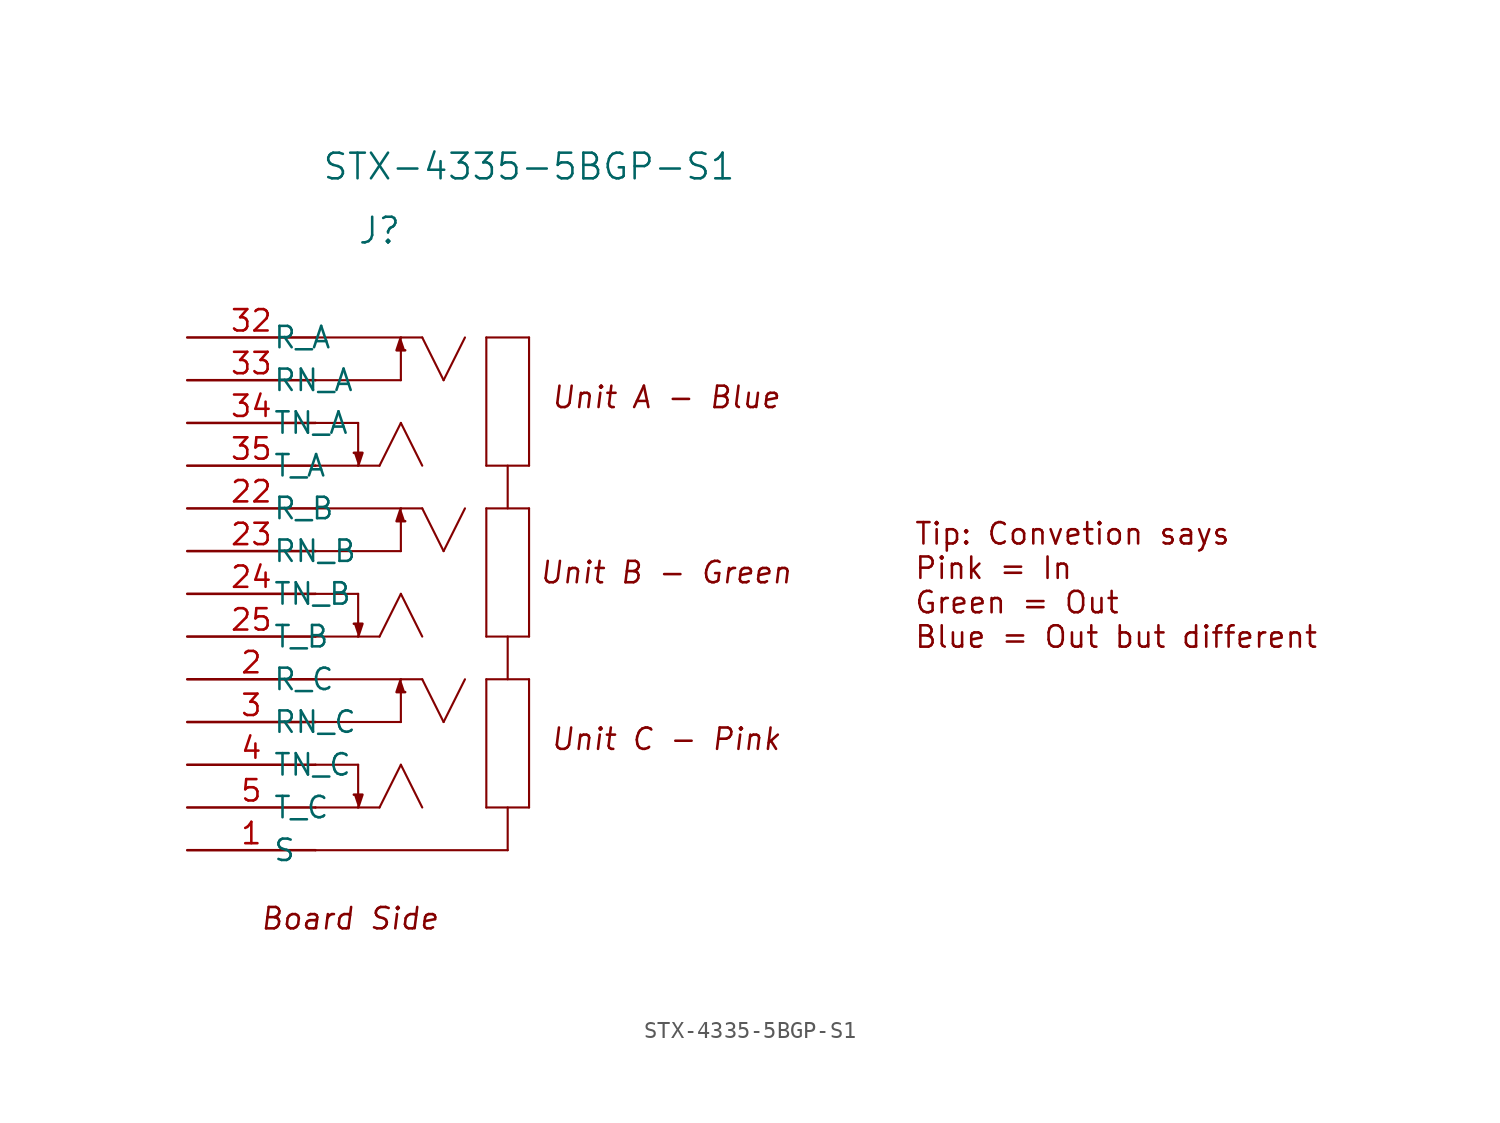
<source format=kicad_sym>
(kicad_symbol_lib
  (version 20231120)
  (generator "kicad_symbol_editor")
  (generator_version "8.0")
  (symbol "STX-4335-5BGP-S1"
    (pin_names
      (offset -2.54))
    (property "Reference" "J"
      (at 11.43 6.35 0)
      (effects (font (size 1.524 1.524))))
    (property "Value" "STX-4335-5BGP-S1"
      (at 20.32 10.16 0)
      (effects (font (size 1.524 1.524))))
    (symbol "STX-4335-5BGP-S1_1_1"
      (polyline (pts (xy 7.62 -30.48) (xy 19.05 -30.48)) (stroke (width 0.127) (type default)) (fill (type none)))
      (polyline (pts (xy 7.62 -27.94) (xy 11.43 -27.94)) (stroke (width 0.127) (type default)) (fill (type none)))
      (polyline (pts (xy 7.62 -25.4) (xy 10.16 -25.4)) (stroke (width 0.127) (type default)) (fill (type none)))
      (polyline (pts (xy 7.62 -22.86) (xy 12.7 -22.86)) (stroke (width 0.127) (type default)) (fill (type none)))
      (polyline (pts (xy 7.62 -20.32) (xy 13.97 -20.32)) (stroke (width 0.127) (type default)) (fill (type none)))
      (polyline (pts (xy 7.62 -17.78) (xy 11.43 -17.78)) (stroke (width 0.127) (type default)) (fill (type none)))
      (polyline (pts (xy 7.62 -15.24) (xy 10.16 -15.24)) (stroke (width 0.127) (type default)) (fill (type none)))
      (polyline (pts (xy 7.62 -12.7) (xy 12.7 -12.7)) (stroke (width 0.127) (type default)) (fill (type none)))
      (polyline (pts (xy 7.62 -10.16) (xy 13.97 -10.16)) (stroke (width 0.127) (type default)) (fill (type none)))
      (polyline (pts (xy 7.62 -7.62) (xy 11.43 -7.62)) (stroke (width 0.127) (type default)) (fill (type none)))
      (polyline (pts (xy 7.62 -5.08) (xy 10.16 -5.08)) (stroke (width 0.127) (type default)) (fill (type none)))
      (polyline (pts (xy 7.62 -2.54) (xy 12.7 -2.54)) (stroke (width 0.127) (type default)) (fill (type none)))
      (polyline (pts (xy 7.62 0) (xy 13.97 0)) (stroke (width 0.127) (type default)) (fill (type none)))
      (polyline (pts (xy 10.16 -25.4) (xy 10.16 -27.178)) (stroke (width 0.127) (type default)) (fill (type none)))
      (polyline (pts (xy 10.16 -15.24) (xy 10.16 -17.018)) (stroke (width 0.127) (type default)) (fill (type none)))
      (polyline (pts (xy 10.16 -5.08) (xy 10.16 -6.858)) (stroke (width 0.127) (type default)) (fill (type none)))
      (polyline (pts (xy 11.43 -27.94) (xy 12.7 -25.4)) (stroke (width 0.127) (type default)) (fill (type none)))
      (polyline (pts (xy 11.43 -17.78) (xy 12.7 -15.24)) (stroke (width 0.127) (type default)) (fill (type none)))
      (polyline (pts (xy 11.43 -7.62) (xy 12.7 -5.08)) (stroke (width 0.127) (type default)) (fill (type none)))
      (polyline (pts (xy 12.7 -25.4) (xy 13.97 -27.94)) (stroke (width 0.127) (type default)) (fill (type none)))
      (polyline (pts (xy 12.7 -22.86) (xy 12.7 -21.082)) (stroke (width 0.127) (type default)) (fill (type none)))
      (polyline (pts (xy 12.7 -15.24) (xy 13.97 -17.78)) (stroke (width 0.127) (type default)) (fill (type none)))
      (polyline (pts (xy 12.7 -12.7) (xy 12.7 -10.922)) (stroke (width 0.127) (type default)) (fill (type none)))
      (polyline (pts (xy 12.7 -5.08) (xy 13.97 -7.62)) (stroke (width 0.127) (type default)) (fill (type none)))
      (polyline (pts (xy 12.7 -2.54) (xy 12.7 -0.762)) (stroke (width 0.127) (type default)) (fill (type none)))
      (polyline (pts (xy 13.97 -20.32) (xy 15.24 -22.86)) (stroke (width 0.127) (type default)) (fill (type none)))
      (polyline (pts (xy 13.97 -10.16) (xy 15.24 -12.7)) (stroke (width 0.127) (type default)) (fill (type none)))
      (polyline (pts (xy 13.97 0) (xy 15.24 -2.54)) (stroke (width 0.127) (type default)) (fill (type none)))
      (polyline (pts (xy 15.24 -22.86) (xy 16.51 -20.32)) (stroke (width 0.127) (type default)) (fill (type none)))
      (polyline (pts (xy 15.24 -12.7) (xy 16.51 -10.16)) (stroke (width 0.127) (type default)) (fill (type none)))
      (polyline (pts (xy 15.24 -2.54) (xy 16.51 0)) (stroke (width 0.127) (type default)) (fill (type none)))
      (polyline (pts (xy 17.78 -27.94) (xy 20.32 -27.94)) (stroke (width 0.127) (type default)) (fill (type none)))
      (polyline (pts (xy 17.78 -20.32) (xy 17.78 -27.94)) (stroke (width 0.127) (type default)) (fill (type none)))
      (polyline (pts (xy 17.78 -17.78) (xy 20.32 -17.78)) (stroke (width 0.127) (type default)) (fill (type none)))
      (polyline (pts (xy 17.78 -10.16) (xy 17.78 -17.78)) (stroke (width 0.127) (type default)) (fill (type none)))
      (polyline (pts (xy 17.78 -7.62) (xy 20.32 -7.62)) (stroke (width 0.127) (type default)) (fill (type none)))
      (polyline (pts (xy 17.78 0) (xy 17.78 -7.62)) (stroke (width 0.127) (type default)) (fill (type none)))
      (polyline (pts (xy 19.05 -27.94) (xy 19.05 -30.48)) (stroke (width 0.127) (type default)) (fill (type none)))
      (polyline (pts (xy 19.05 -20.32) (xy 19.05 -17.78)) (stroke (width 0.127) (type default)) (fill (type none)))
      (polyline (pts (xy 19.05 -7.62) (xy 19.05 -10.16)) (stroke (width 0.127) (type default)) (fill (type none)))
      (polyline (pts (xy 20.32 -27.94) (xy 20.32 -20.32)) (stroke (width 0.127) (type default)) (fill (type none)))
      (polyline (pts (xy 20.32 -20.32) (xy 17.78 -20.32)) (stroke (width 0.127) (type default)) (fill (type none)))
      (polyline (pts (xy 20.32 -17.78) (xy 20.32 -10.16)) (stroke (width 0.127) (type default)) (fill (type none)))
      (polyline (pts (xy 20.32 -10.16) (xy 17.78 -10.16)) (stroke (width 0.127) (type default)) (fill (type none)))
      (polyline (pts (xy 20.32 -7.62) (xy 20.32 0)) (stroke (width 0.127) (type default)) (fill (type none)))
      (polyline (pts (xy 20.32 0) (xy 17.78 0)) (stroke (width 0.127) (type default)) (fill (type none)))
      (polyline (pts (xy 10.16 -27.94) (xy 10.414 -27.178) (xy 9.906 -27.178)) (stroke (width 0) (type default)) (fill (type outline)))
      (polyline (pts (xy 10.16 -17.78) (xy 10.414 -17.018) (xy 9.906 -17.018)) (stroke (width 0) (type default)) (fill (type outline)))
      (polyline (pts (xy 10.16 -7.62) (xy 10.414 -6.858) (xy 9.906 -6.858)) (stroke (width 0) (type default)) (fill (type outline)))
      (polyline (pts (xy 12.7 -20.32) (xy 12.446 -21.082) (xy 12.954 -21.082)) (stroke (width 0) (type default)) (fill (type outline)))
      (polyline (pts (xy 12.7 -10.16) (xy 12.446 -10.922) (xy 12.954 -10.922)) (stroke (width 0) (type default)) (fill (type outline)))
      (polyline (pts (xy 12.7 0) (xy 12.446 -0.762) (xy 12.954 -0.762)) (stroke (width 0) (type default)) (fill (type outline)))
      (text "Board Side" (at 9.652 -34.544 0) (effects (font (size 1.27 1.27) (italic yes))))
      (text "Tip: Convetion says\nPink = In\nGreen = Out\nBlue = Out but different" (at 43.18 -14.732 0) (effects (font (size 1.27 1.27)) (justify left)))
      (text "Unit A - Blue" (at 28.448 -3.556 0) (effects (font (size 1.27 1.27) (italic yes))))
      (text "Unit B - Green" (at 28.448 -13.97 0) (effects (font (size 1.27 1.27) (italic yes))))
      (text "Unit C - Pink" (at 28.448 -23.876 0) (effects (font (size 1.27 1.27) (italic yes))))
      (pin unspecified line (at 0 -30.48 0) (length 7.62) (name "S" (effects (font (size 1.27 1.27)))) (number "1" (effects (font (size 1.27 1.27)))))
      (pin unspecified line (at 0 -20.32 0) (length 7.62) (name "R_C" (effects (font (size 1.27 1.27)))) (number "2" (effects (font (size 1.27 1.27)))))
      (pin unspecified line (at 0 -10.16 0) (length 7.62) (name "R_B" (effects (font (size 1.27 1.27)))) (number "22" (effects (font (size 1.27 1.27)))))
      (pin unspecified line (at 0 -12.7 0) (length 7.62) (name "RN_B" (effects (font (size 1.27 1.27)))) (number "23" (effects (font (size 1.27 1.27)))))
      (pin unspecified line (at 0 -15.24 0) (length 7.62) (name "TN_B" (effects (font (size 1.27 1.27)))) (number "24" (effects (font (size 1.27 1.27)))))
      (pin unspecified line (at 0 -17.78 0) (length 7.62) (name "T_B" (effects (font (size 1.27 1.27)))) (number "25" (effects (font (size 1.27 1.27)))))
      (pin unspecified line (at 0 -22.86 0) (length 7.62) (name "RN_C" (effects (font (size 1.27 1.27)))) (number "3" (effects (font (size 1.27 1.27)))))
      (pin unspecified line (at 0 0 0) (length 7.62) (name "R_A" (effects (font (size 1.27 1.27)))) (number "32" (effects (font (size 1.27 1.27)))))
      (pin unspecified line (at 0 -2.54 0) (length 7.62) (name "RN_A" (effects (font (size 1.27 1.27)))) (number "33" (effects (font (size 1.27 1.27)))))
      (pin unspecified line (at 0 -5.08 0) (length 7.62) (name "TN_A" (effects (font (size 1.27 1.27)))) (number "34" (effects (font (size 1.27 1.27)))))
      (pin unspecified line (at 0 -7.62 0) (length 7.62) (name "T_A" (effects (font (size 1.27 1.27)))) (number "35" (effects (font (size 1.27 1.27)))))
      (pin unspecified line (at 0 -25.4 0) (length 7.62) (name "TN_C" (effects (font (size 1.27 1.27)))) (number "4" (effects (font (size 1.27 1.27)))))
      (pin unspecified line (at 0 -27.94 0) (length 7.62) (name "T_C" (effects (font (size 1.27 1.27)))) (number "5" (effects (font (size 1.27 1.27))))))))
</source>
